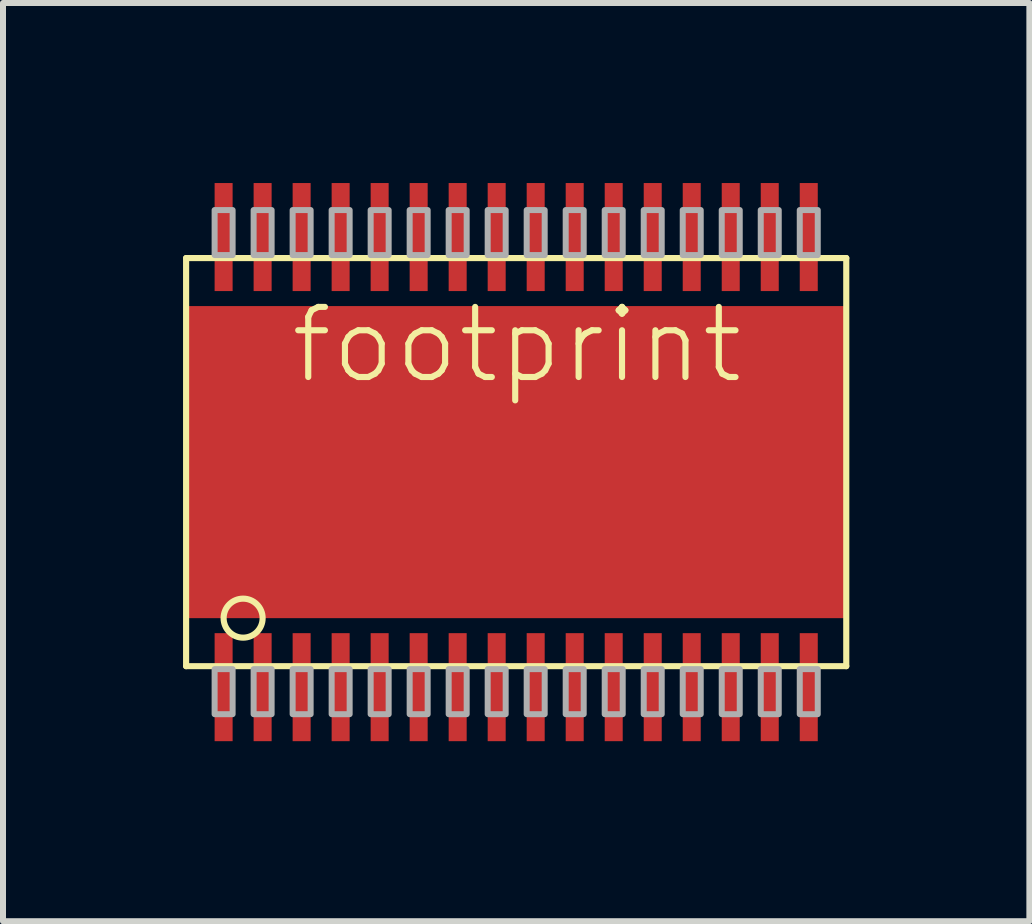
<source format=kicad_pcb>
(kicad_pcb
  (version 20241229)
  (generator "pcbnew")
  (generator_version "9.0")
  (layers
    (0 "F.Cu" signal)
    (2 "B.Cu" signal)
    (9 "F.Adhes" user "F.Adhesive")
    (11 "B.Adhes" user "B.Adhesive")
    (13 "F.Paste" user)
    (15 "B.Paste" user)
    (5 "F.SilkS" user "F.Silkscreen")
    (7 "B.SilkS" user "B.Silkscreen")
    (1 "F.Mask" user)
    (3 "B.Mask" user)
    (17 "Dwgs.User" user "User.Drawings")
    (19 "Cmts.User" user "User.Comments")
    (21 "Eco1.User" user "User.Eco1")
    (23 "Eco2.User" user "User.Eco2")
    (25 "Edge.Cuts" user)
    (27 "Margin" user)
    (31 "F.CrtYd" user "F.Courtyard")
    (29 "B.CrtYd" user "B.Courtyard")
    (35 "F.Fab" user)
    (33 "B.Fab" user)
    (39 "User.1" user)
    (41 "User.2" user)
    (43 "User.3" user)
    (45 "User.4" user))
  (footprint "footprint"
    (layer "F.Cu")
    (at 5.551 4.65)
    (property "Reference" "footprint" (at -3.81 -1.27 0) (layer "F.SilkS") (effects (font (size 1.168 1.168) (thickness 0.102)) (justify left bottom)))
    (fp_poly (pts (xy 2.264 2.163) (xy -2.264 2.163) (xy -2.264 -2.163) (xy 2.264 -2.163)) (stroke (width 0) (type solid)) (fill yes) (layer "F.Mask"))
    (fp_line (start -5.5 -3.4) (end 5.5 -3.4) (stroke (width 0.102) (type solid)) (layer "F.SilkS"))
    (fp_line (start -5.5 3.4) (end -5.5 -3.4) (stroke (width 0.102) (type solid)) (layer "F.SilkS"))
    (fp_line (start 5.5 -3.4) (end 5.5 3.4) (stroke (width 0.102) (type solid)) (layer "F.SilkS"))
    (fp_line (start 5.5 3.4) (end -5.5 3.4) (stroke (width 0.102) (type solid)) (layer "F.SilkS"))
    (fp_circle (center -4.55 2.6) (end -4.225 2.6) (stroke (width 0.102) (type solid)) (fill no) (layer "F.SilkS"))
    (fp_poly (pts (xy -1.8 1.2) (xy 1.8 1.2) (xy 1.8 -1.2) (xy -1.8 -1.2)) (stroke (width 0) (type solid)) (fill yes) (layer "F.Paste"))
    (fp_poly (pts (xy -5.025 4.2) (xy -4.725 4.2) (xy -4.725 3.45) (xy -5.025 3.45)) (stroke (width 0.1) (type solid)) (fill no) (layer "F.Fab"))
    (fp_poly (pts (xy -4.725 -4.2) (xy -5.025 -4.2) (xy -5.025 -3.45) (xy -4.725 -3.45)) (stroke (width 0.1) (type solid)) (fill no) (layer "F.Fab"))
    (fp_poly (pts (xy -4.375 4.2) (xy -4.075 4.2) (xy -4.075 3.45) (xy -4.375 3.45)) (stroke (width 0.1) (type solid)) (fill no) (layer "F.Fab"))
    (fp_poly (pts (xy -4.075 -4.2) (xy -4.375 -4.2) (xy -4.375 -3.45) (xy -4.075 -3.45)) (stroke (width 0.1) (type solid)) (fill no) (layer "F.Fab"))
    (fp_poly (pts (xy -3.725 4.2) (xy -3.425 4.2) (xy -3.425 3.45) (xy -3.725 3.45)) (stroke (width 0.1) (type solid)) (fill no) (layer "F.Fab"))
    (fp_poly (pts (xy -3.425 -4.2) (xy -3.725 -4.2) (xy -3.725 -3.45) (xy -3.425 -3.45)) (stroke (width 0.1) (type solid)) (fill no) (layer "F.Fab"))
    (fp_poly (pts (xy -3.075 4.2) (xy -2.775 4.2) (xy -2.775 3.45) (xy -3.075 3.45)) (stroke (width 0.1) (type solid)) (fill no) (layer "F.Fab"))
    (fp_poly (pts (xy -2.775 -4.2) (xy -3.075 -4.2) (xy -3.075 -3.45) (xy -2.775 -3.45)) (stroke (width 0.1) (type solid)) (fill no) (layer "F.Fab"))
    (fp_poly (pts (xy -2.425 4.2) (xy -2.125 4.2) (xy -2.125 3.45) (xy -2.425 3.45)) (stroke (width 0.1) (type solid)) (fill no) (layer "F.Fab"))
    (fp_poly (pts (xy -2.125 -4.2) (xy -2.425 -4.2) (xy -2.425 -3.45) (xy -2.125 -3.45)) (stroke (width 0.1) (type solid)) (fill no) (layer "F.Fab"))
    (fp_poly (pts (xy -1.775 4.2) (xy -1.475 4.2) (xy -1.475 3.45) (xy -1.775 3.45)) (stroke (width 0.1) (type solid)) (fill no) (layer "F.Fab"))
    (fp_poly (pts (xy -1.475 -4.2) (xy -1.775 -4.2) (xy -1.775 -3.45) (xy -1.475 -3.45)) (stroke (width 0.1) (type solid)) (fill no) (layer "F.Fab"))
    (fp_poly (pts (xy -1.125 4.2) (xy -0.825 4.2) (xy -0.825 3.45) (xy -1.125 3.45)) (stroke (width 0.1) (type solid)) (fill no) (layer "F.Fab"))
    (fp_poly (pts (xy -0.825 -4.2) (xy -1.125 -4.2) (xy -1.125 -3.45) (xy -0.825 -3.45)) (stroke (width 0.1) (type solid)) (fill no) (layer "F.Fab"))
    (fp_poly (pts (xy -0.475 4.2) (xy -0.175 4.2) (xy -0.175 3.45) (xy -0.475 3.45)) (stroke (width 0.1) (type solid)) (fill no) (layer "F.Fab"))
    (fp_poly (pts (xy -0.175 -4.2) (xy -0.475 -4.2) (xy -0.475 -3.45) (xy -0.175 -3.45)) (stroke (width 0.1) (type solid)) (fill no) (layer "F.Fab"))
    (fp_poly (pts (xy 0.175 4.2) (xy 0.475 4.2) (xy 0.475 3.45) (xy 0.175 3.45)) (stroke (width 0.1) (type solid)) (fill no) (layer "F.Fab"))
    (fp_poly (pts (xy 0.475 -4.2) (xy 0.175 -4.2) (xy 0.175 -3.45) (xy 0.475 -3.45)) (stroke (width 0.1) (type solid)) (fill no) (layer "F.Fab"))
    (fp_poly (pts (xy 0.825 4.2) (xy 1.125 4.2) (xy 1.125 3.45) (xy 0.825 3.45)) (stroke (width 0.1) (type solid)) (fill no) (layer "F.Fab"))
    (fp_poly (pts (xy 1.125 -4.2) (xy 0.825 -4.2) (xy 0.825 -3.45) (xy 1.125 -3.45)) (stroke (width 0.1) (type solid)) (fill no) (layer "F.Fab"))
    (fp_poly (pts (xy 1.475 4.2) (xy 1.775 4.2) (xy 1.775 3.45) (xy 1.475 3.45)) (stroke (width 0.1) (type solid)) (fill no) (layer "F.Fab"))
    (fp_poly (pts (xy 1.775 -4.2) (xy 1.475 -4.2) (xy 1.475 -3.45) (xy 1.775 -3.45)) (stroke (width 0.1) (type solid)) (fill no) (layer "F.Fab"))
    (fp_poly (pts (xy 2.125 4.2) (xy 2.425 4.2) (xy 2.425 3.45) (xy 2.125 3.45)) (stroke (width 0.1) (type solid)) (fill no) (layer "F.Fab"))
    (fp_poly (pts (xy 2.425 -4.2) (xy 2.125 -4.2) (xy 2.125 -3.45) (xy 2.425 -3.45)) (stroke (width 0.1) (type solid)) (fill no) (layer "F.Fab"))
    (fp_poly (pts (xy 2.775 4.2) (xy 3.075 4.2) (xy 3.075 3.45) (xy 2.775 3.45)) (stroke (width 0.1) (type solid)) (fill no) (layer "F.Fab"))
    (fp_poly (pts (xy 3.075 -4.2) (xy 2.775 -4.2) (xy 2.775 -3.45) (xy 3.075 -3.45)) (stroke (width 0.1) (type solid)) (fill no) (layer "F.Fab"))
    (fp_poly (pts (xy 3.425 4.2) (xy 3.725 4.2) (xy 3.725 3.45) (xy 3.425 3.45)) (stroke (width 0.1) (type solid)) (fill no) (layer "F.Fab"))
    (fp_poly (pts (xy 3.725 -4.2) (xy 3.425 -4.2) (xy 3.425 -3.45) (xy 3.725 -3.45)) (stroke (width 0.1) (type solid)) (fill no) (layer "F.Fab"))
    (fp_poly (pts (xy 4.075 4.2) (xy 4.375 4.2) (xy 4.375 3.45) (xy 4.075 3.45)) (stroke (width 0.1) (type solid)) (fill no) (layer "F.Fab"))
    (fp_poly (pts (xy 4.375 -4.2) (xy 4.075 -4.2) (xy 4.075 -3.45) (xy 4.375 -3.45)) (stroke (width 0.1) (type solid)) (fill no) (layer "F.Fab"))
    (fp_poly (pts (xy 4.725 4.2) (xy 5.025 4.2) (xy 5.025 3.45) (xy 4.725 3.45)) (stroke (width 0.1) (type solid)) (fill no) (layer "F.Fab"))
    (fp_poly (pts (xy 5.025 -4.2) (xy 4.725 -4.2) (xy 4.725 -3.45) (xy 5.025 -3.45)) (stroke (width 0.1) (type solid)) (fill no) (layer "F.Fab"))
    (pad "1" smd rect (at -4.875 3.75) (size 0.3 1.8) (layers "F.Cu" "F.Mask" "F.Paste"))
    (pad "2" smd rect (at -4.225 3.75) (size 0.3 1.8) (layers "F.Cu" "F.Mask" "F.Paste"))
    (pad "3" smd rect (at -3.575 3.75) (size 0.3 1.8) (layers "F.Cu" "F.Mask" "F.Paste"))
    (pad "4" smd rect (at -2.925 3.75) (size 0.3 1.8) (layers "F.Cu" "F.Mask" "F.Paste"))
    (pad "5" smd rect (at -2.275 3.75) (size 0.3 1.8) (layers "F.Cu" "F.Mask" "F.Paste"))
    (pad "6" smd rect (at -1.625 3.75) (size 0.3 1.8) (layers "F.Cu" "F.Mask" "F.Paste"))
    (pad "7" smd rect (at -0.975 3.75) (size 0.3 1.8) (layers "F.Cu" "F.Mask" "F.Paste"))
    (pad "8" smd rect (at -0.325 3.75) (size 0.3 1.8) (layers "F.Cu" "F.Mask" "F.Paste"))
    (pad "9" smd rect (at 0.325 3.75) (size 0.3 1.8) (layers "F.Cu" "F.Mask" "F.Paste"))
    (pad "10" smd rect (at 0.975 3.75) (size 0.3 1.8) (layers "F.Cu" "F.Mask" "F.Paste"))
    (pad "11" smd rect (at 1.625 3.75) (size 0.3 1.8) (layers "F.Cu" "F.Mask" "F.Paste"))
    (pad "12" smd rect (at 2.275 3.75) (size 0.3 1.8) (layers "F.Cu" "F.Mask" "F.Paste"))
    (pad "13" smd rect (at 2.925 3.75) (size 0.3 1.8) (layers "F.Cu" "F.Mask" "F.Paste"))
    (pad "14" smd rect (at 3.575 3.75) (size 0.3 1.8) (layers "F.Cu" "F.Mask" "F.Paste"))
    (pad "15" smd rect (at 4.225 3.75) (size 0.3 1.8) (layers "F.Cu" "F.Mask" "F.Paste"))
    (pad "16" smd rect (at 4.875 3.75) (size 0.3 1.8) (layers "F.Cu" "F.Mask" "F.Paste"))
    (pad "17" smd rect (at 4.875 -3.75 180) (size 0.3 1.8) (layers "F.Cu" "F.Mask" "F.Paste"))
    (pad "18" smd rect (at 4.225 -3.75 180) (size 0.3 1.8) (layers "F.Cu" "F.Mask" "F.Paste"))
    (pad "19" smd rect (at 3.575 -3.75 180) (size 0.3 1.8) (layers "F.Cu" "F.Mask" "F.Paste"))
    (pad "20" smd rect (at 2.925 -3.75 180) (size 0.3 1.8) (layers "F.Cu" "F.Mask" "F.Paste"))
    (pad "21" smd rect (at 2.275 -3.75 180) (size 0.3 1.8) (layers "F.Cu" "F.Mask" "F.Paste"))
    (pad "22" smd rect (at 1.625 -3.75 180) (size 0.3 1.8) (layers "F.Cu" "F.Mask" "F.Paste"))
    (pad "23" smd rect (at 0.975 -3.75 180) (size 0.3 1.8) (layers "F.Cu" "F.Mask" "F.Paste"))
    (pad "24" smd rect (at 0.325 -3.75 180) (size 0.3 1.8) (layers "F.Cu" "F.Mask" "F.Paste"))
    (pad "25" smd rect (at -0.325 -3.75 180) (size 0.3 1.8) (layers "F.Cu" "F.Mask" "F.Paste"))
    (pad "26" smd rect (at -0.975 -3.75 180) (size 0.3 1.8) (layers "F.Cu" "F.Mask" "F.Paste"))
    (pad "27" smd rect (at -1.625 -3.75 180) (size 0.3 1.8) (layers "F.Cu" "F.Mask" "F.Paste"))
    (pad "28" smd rect (at -2.275 -3.75 180) (size 0.3 1.8) (layers "F.Cu" "F.Mask" "F.Paste"))
    (pad "29" smd rect (at -2.925 -3.75 180) (size 0.3 1.8) (layers "F.Cu" "F.Mask" "F.Paste"))
    (pad "30" smd rect (at -3.575 -3.75 180) (size 0.3 1.8) (layers "F.Cu" "F.Mask" "F.Paste"))
    (pad "31" smd rect (at -4.225 -3.75 180) (size 0.3 1.8) (layers "F.Cu" "F.Mask" "F.Paste"))
    (pad "32" smd rect (at -4.875 -3.75 180) (size 0.3 1.8) (layers "F.Cu" "F.Mask" "F.Paste"))
    (pad "EXP" smd rect (at 0 0) (size 11 5.2) (layers "F.Cu")))
  (gr_rect
    (start -3 -3)
    (end 14.102 12.3)
    (stroke (width 0.1) (type default))
    (fill no)
    (layer "Edge.Cuts")))
</source>
